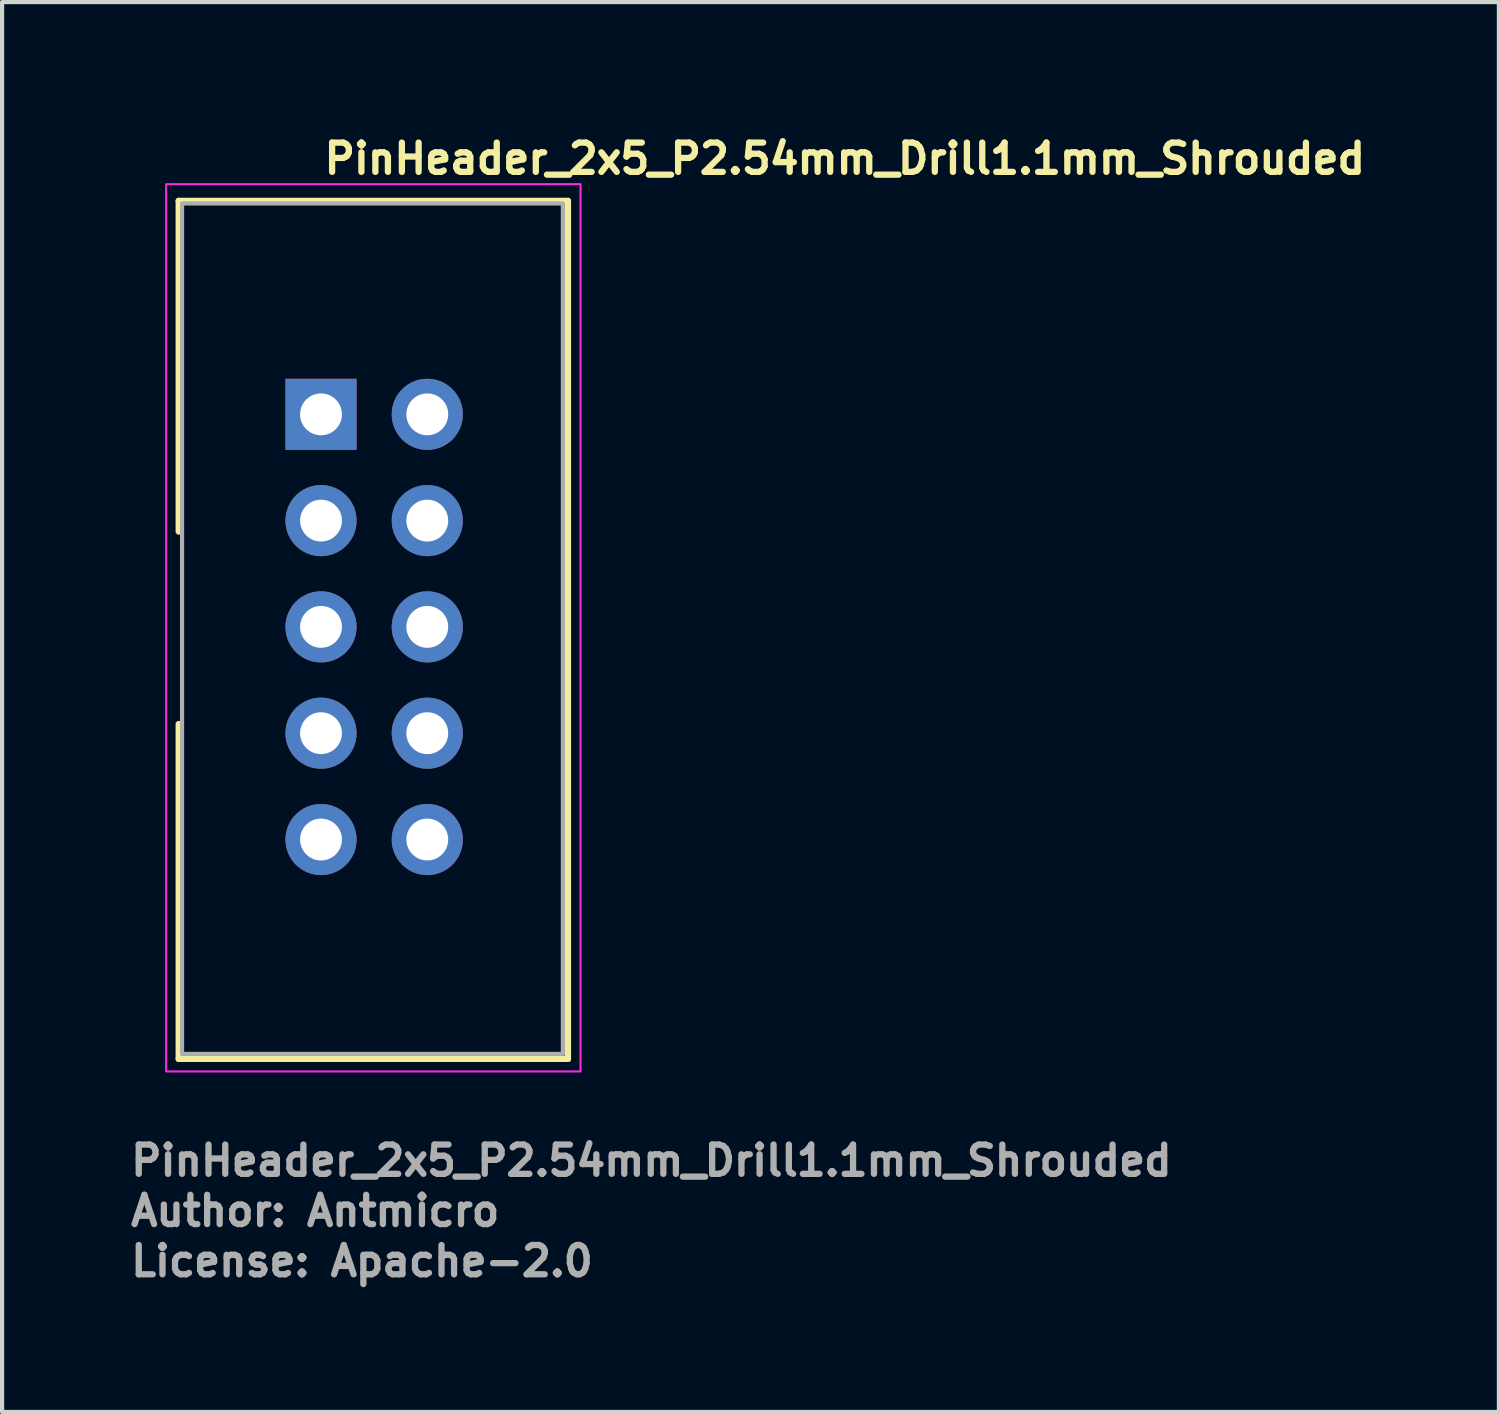
<source format=kicad_pcb>
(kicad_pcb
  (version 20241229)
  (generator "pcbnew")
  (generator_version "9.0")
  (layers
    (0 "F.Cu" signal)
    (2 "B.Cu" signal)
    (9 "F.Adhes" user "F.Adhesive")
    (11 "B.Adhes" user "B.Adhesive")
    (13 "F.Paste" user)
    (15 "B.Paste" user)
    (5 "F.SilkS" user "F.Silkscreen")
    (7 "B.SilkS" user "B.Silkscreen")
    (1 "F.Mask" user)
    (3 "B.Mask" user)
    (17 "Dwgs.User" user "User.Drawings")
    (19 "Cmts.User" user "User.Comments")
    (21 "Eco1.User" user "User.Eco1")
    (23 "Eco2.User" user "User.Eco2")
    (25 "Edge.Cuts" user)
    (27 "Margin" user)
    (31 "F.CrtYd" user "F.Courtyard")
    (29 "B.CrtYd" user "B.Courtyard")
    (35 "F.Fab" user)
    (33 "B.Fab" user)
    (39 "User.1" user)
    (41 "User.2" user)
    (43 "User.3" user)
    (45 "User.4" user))
  (footprint "PinHeader_2x5_P2.54mm_Drill1.1mm_Shrouded"
    (layer "F.Cu")
    (at 4.62 6.85)
    (property "Reference" "PinHeader_2x5_P2.54mm_Drill1.1mm_Shrouded" (at 0 -5.7 0) (layer "F.SilkS") (effects (font (size 0.7 0.7) (thickness 0.15)) (justify left bottom)))
    (attr through_hole)
    (fp_line (start -3.4 -5.1) (end -3.4 2.8) (stroke (width 0.15) (type solid)) (layer "F.SilkS"))
    (fp_line (start -3.4 -5.1) (end 5.9 -5.1) (stroke (width 0.15) (type solid)) (layer "F.SilkS"))
    (fp_line (start -3.4 15.4) (end -3.4 7.4) (stroke (width 0.15) (type solid)) (layer "F.SilkS"))
    (fp_line (start 5.9 -5.1) (end 5.9 15.4) (stroke (width 0.15) (type solid)) (layer "F.SilkS"))
    (fp_line (start 5.9 15.4) (end -3.4 15.4) (stroke (width 0.15) (type solid)) (layer "F.SilkS"))
    (fp_rect (start -3.7 -5.5) (end 6.2 15.7) (stroke (width 0.05) (type solid)) (fill no) (layer "F.CrtYd"))
    (fp_rect (start 5.779 15.28) (end -3.32 -5.04) (stroke (width 0.1) (type solid)) (fill no) (layer "F.Fab"))
    (fp_rect (start 5.779 15.28) (end -3.32 -5.04) (stroke (width 0.1) (type solid)) (fill no) (layer "User.5"))
    (fp_line (start -3.32 -5.04) (end -3.32 2.87) (stroke (width 0.02) (type solid)) (layer "User.9"))
    (fp_line (start -3.32 2.87) (end -3.32 7.37) (stroke (width 0.02) (type solid)) (layer "User.9"))
    (fp_line (start -3.32 7.37) (end -3.32 15.28) (stroke (width 0.02) (type solid)) (layer "User.9"))
    (fp_line (start -3.32 15.28) (end 5.68 15.28) (stroke (width 0.02) (type solid)) (layer "User.9"))
    (fp_line (start -2.57 -4.339) (end -1.97 -3.74) (stroke (width 0.02) (type solid)) (layer "User.9"))
    (fp_line (start -2.57 -4.339) (end 5.029 -4.339) (stroke (width 0.02) (type solid)) (layer "User.9"))
    (fp_line (start -2.57 2.87) (end -3.32 2.87) (stroke (width 0.02) (type solid)) (layer "User.9"))
    (fp_line (start -2.57 2.87) (end -2.57 -4.339) (stroke (width 0.02) (type solid)) (layer "User.9"))
    (fp_line (start -2.57 7.37) (end -3.32 7.37) (stroke (width 0.02) (type solid)) (layer "User.9"))
    (fp_line (start -2.57 7.37) (end -1.97 7.37) (stroke (width 0.02) (type solid)) (layer "User.9"))
    (fp_line (start -2.57 14.58) (end -2.57 7.37) (stroke (width 0.02) (type solid)) (layer "User.9"))
    (fp_line (start -2.57 14.58) (end -1.97 13.979) (stroke (width 0.02) (type solid)) (layer "User.9"))
    (fp_line (start -1.97 -3.74) (end -1.97 2.87) (stroke (width 0.02) (type solid)) (layer "User.9"))
    (fp_line (start -1.97 2.87) (end -2.57 2.87) (stroke (width 0.02) (type solid)) (layer "User.9"))
    (fp_line (start -1.97 7.37) (end -1.97 13.979) (stroke (width 0.02) (type solid)) (layer "User.9"))
    (fp_line (start -1.97 13.979) (end 4.43 13.979) (stroke (width 0.02) (type solid)) (layer "User.9"))
    (fp_line (start -0.36 -0.28) (end -0.16 -0.08) (stroke (width 0.02) (type solid)) (layer "User.9"))
    (fp_line (start -0.36 -0.28) (end 0.28 -0.28) (stroke (width 0.02) (type solid)) (layer "User.9"))
    (fp_line (start -0.36 0.36) (end -0.36 -0.28) (stroke (width 0.02) (type solid)) (layer "User.9"))
    (fp_line (start -0.36 2.26) (end -0.16 2.46) (stroke (width 0.02) (type solid)) (layer "User.9"))
    (fp_line (start -0.36 2.26) (end 0.28 2.26) (stroke (width 0.02) (type solid)) (layer "User.9"))
    (fp_line (start -0.36 2.9) (end -0.36 2.26) (stroke (width 0.02) (type solid)) (layer "User.9"))
    (fp_line (start -0.36 4.8) (end 0.28 4.8) (stroke (width 0.02) (type solid)) (layer "User.9"))
    (fp_line (start -0.36 5.44) (end -0.36 4.8) (stroke (width 0.02) (type solid)) (layer "User.9"))
    (fp_line (start -0.36 5.44) (end -0.16 5.24) (stroke (width 0.02) (type solid)) (layer "User.9"))
    (fp_line (start -0.36 7.34) (end 0.28 7.34) (stroke (width 0.02) (type solid)) (layer "User.9"))
    (fp_line (start -0.36 7.98) (end -0.36 7.34) (stroke (width 0.02) (type solid)) (layer "User.9"))
    (fp_line (start -0.36 7.98) (end -0.16 7.78) (stroke (width 0.02) (type solid)) (layer "User.9"))
    (fp_line (start -0.36 9.88) (end 0.28 9.88) (stroke (width 0.02) (type solid)) (layer "User.9"))
    (fp_line (start -0.36 10.52) (end -0.36 9.88) (stroke (width 0.02) (type solid)) (layer "User.9"))
    (fp_line (start -0.36 10.52) (end -0.16 10.32) (stroke (width 0.02) (type solid)) (layer "User.9"))
    (fp_line (start -0.16 -0.08) (end -0.16 0.161) (stroke (width 0.02) (type solid)) (layer "User.9"))
    (fp_line (start -0.16 0.161) (end -0.36 0.36) (stroke (width 0.02) (type solid)) (layer "User.9"))
    (fp_line (start -0.16 0.161) (end 0.08 0.161) (stroke (width 0.02) (type solid)) (layer "User.9"))
    (fp_line (start -0.16 2.46) (end -0.16 2.7) (stroke (width 0.02) (type solid)) (layer "User.9"))
    (fp_line (start -0.16 2.7) (end -0.36 2.9) (stroke (width 0.02) (type solid)) (layer "User.9"))
    (fp_line (start -0.16 2.7) (end 0.08 2.7) (stroke (width 0.02) (type solid)) (layer "User.9"))
    (fp_line (start -0.16 5) (end -0.36 4.8) (stroke (width 0.02) (type solid)) (layer "User.9"))
    (fp_line (start -0.16 5) (end -0.16 5.24) (stroke (width 0.02) (type solid)) (layer "User.9"))
    (fp_line (start -0.16 5.24) (end 0.08 5.24) (stroke (width 0.02) (type solid)) (layer "User.9"))
    (fp_line (start -0.16 7.54) (end -0.36 7.34) (stroke (width 0.02) (type solid)) (layer "User.9"))
    (fp_line (start -0.16 7.54) (end -0.16 7.78) (stroke (width 0.02) (type solid)) (layer "User.9"))
    (fp_line (start -0.16 7.78) (end 0.08 7.78) (stroke (width 0.02) (type solid)) (layer "User.9"))
    (fp_line (start -0.16 10.08) (end -0.36 9.88) (stroke (width 0.02) (type solid)) (layer "User.9"))
    (fp_line (start -0.16 10.08) (end -0.16 10.32) (stroke (width 0.02) (type solid)) (layer "User.9"))
    (fp_line (start -0.16 10.32) (end 0.08 10.32) (stroke (width 0.02) (type solid)) (layer "User.9"))
    (fp_line (start 0.08 -0.08) (end -0.16 -0.08) (stroke (width 0.02) (type solid)) (layer "User.9"))
    (fp_line (start 0.08 0.161) (end 0.08 -0.08) (stroke (width 0.02) (type solid)) (layer "User.9"))
    (fp_line (start 0.08 0.161) (end 0.28 0.36) (stroke (width 0.02) (type solid)) (layer "User.9"))
    (fp_line (start 0.08 2.46) (end -0.16 2.46) (stroke (width 0.02) (type solid)) (layer "User.9"))
    (fp_line (start 0.08 2.7) (end 0.08 2.46) (stroke (width 0.02) (type solid)) (layer "User.9"))
    (fp_line (start 0.08 2.7) (end 0.28 2.9) (stroke (width 0.02) (type solid)) (layer "User.9"))
    (fp_line (start 0.08 5) (end -0.16 5) (stroke (width 0.02) (type solid)) (layer "User.9"))
    (fp_line (start 0.08 5) (end 0.28 4.8) (stroke (width 0.02) (type solid)) (layer "User.9"))
    (fp_line (start 0.08 5.24) (end 0.08 5) (stroke (width 0.02) (type solid)) (layer "User.9"))
    (fp_line (start 0.08 7.54) (end -0.16 7.54) (stroke (width 0.02) (type solid)) (layer "User.9"))
    (fp_line (start 0.08 7.54) (end 0.28 7.34) (stroke (width 0.02) (type solid)) (layer "User.9"))
    (fp_line (start 0.08 7.78) (end 0.08 7.54) (stroke (width 0.02) (type solid)) (layer "User.9"))
    (fp_line (start 0.08 10.08) (end -0.16 10.08) (stroke (width 0.02) (type solid)) (layer "User.9"))
    (fp_line (start 0.08 10.08) (end 0.28 9.88) (stroke (width 0.02) (type solid)) (layer "User.9"))
    (fp_line (start 0.08 10.32) (end 0.08 10.08) (stroke (width 0.02) (type solid)) (layer "User.9"))
    (fp_line (start 0.28 -0.28) (end 0.08 -0.08) (stroke (width 0.02) (type solid)) (layer "User.9"))
    (fp_line (start 0.28 -0.28) (end 0.28 0.36) (stroke (width 0.02) (type solid)) (layer "User.9"))
    (fp_line (start 0.28 0.36) (end -0.36 0.36) (stroke (width 0.02) (type solid)) (layer "User.9"))
    (fp_line (start 0.28 2.26) (end 0.08 2.46) (stroke (width 0.02) (type solid)) (layer "User.9"))
    (fp_line (start 0.28 2.26) (end 0.28 2.9) (stroke (width 0.02) (type solid)) (layer "User.9"))
    (fp_line (start 0.28 2.9) (end -0.36 2.9) (stroke (width 0.02) (type solid)) (layer "User.9"))
    (fp_line (start 0.28 4.8) (end 0.28 5.44) (stroke (width 0.02) (type solid)) (layer "User.9"))
    (fp_line (start 0.28 5.44) (end -0.36 5.44) (stroke (width 0.02) (type solid)) (layer "User.9"))
    (fp_line (start 0.28 5.44) (end 0.08 5.24) (stroke (width 0.02) (type solid)) (layer "User.9"))
    (fp_line (start 0.28 7.34) (end 0.28 7.98) (stroke (width 0.02) (type solid)) (layer "User.9"))
    (fp_line (start 0.28 7.98) (end -0.36 7.98) (stroke (width 0.02) (type solid)) (layer "User.9"))
    (fp_line (start 0.28 7.98) (end 0.08 7.78) (stroke (width 0.02) (type solid)) (layer "User.9"))
    (fp_line (start 0.28 9.88) (end 0.28 10.52) (stroke (width 0.02) (type solid)) (layer "User.9"))
    (fp_line (start 0.28 10.52) (end -0.36 10.52) (stroke (width 0.02) (type solid)) (layer "User.9"))
    (fp_line (start 0.28 10.52) (end 0.08 10.32) (stroke (width 0.02) (type solid)) (layer "User.9"))
    (fp_line (start 2.18 -0.28) (end 2.38 -0.08) (stroke (width 0.02) (type solid)) (layer "User.9"))
    (fp_line (start 2.18 -0.28) (end 2.82 -0.28) (stroke (width 0.02) (type solid)) (layer "User.9"))
    (fp_line (start 2.18 0.36) (end 2.18 -0.28) (stroke (width 0.02) (type solid)) (layer "User.9"))
    (fp_line (start 2.18 0.36) (end 2.38 0.161) (stroke (width 0.02) (type solid)) (layer "User.9"))
    (fp_line (start 2.18 2.26) (end 2.38 2.46) (stroke (width 0.02) (type solid)) (layer "User.9"))
    (fp_line (start 2.18 2.26) (end 2.82 2.26) (stroke (width 0.02) (type solid)) (layer "User.9"))
    (fp_line (start 2.18 2.9) (end 2.18 2.26) (stroke (width 0.02) (type solid)) (layer "User.9"))
    (fp_line (start 2.18 4.8) (end 2.82 4.8) (stroke (width 0.02) (type solid)) (layer "User.9"))
    (fp_line (start 2.18 5.44) (end 2.18 4.8) (stroke (width 0.02) (type solid)) (layer "User.9"))
    (fp_line (start 2.18 5.44) (end 2.38 5.24) (stroke (width 0.02) (type solid)) (layer "User.9"))
    (fp_line (start 2.18 7.34) (end 2.82 7.34) (stroke (width 0.02) (type solid)) (layer "User.9"))
    (fp_line (start 2.18 7.98) (end 2.18 7.34) (stroke (width 0.02) (type solid)) (layer "User.9"))
    (fp_line (start 2.18 7.98) (end 2.38 7.78) (stroke (width 0.02) (type solid)) (layer "User.9"))
    (fp_line (start 2.18 9.88) (end 2.82 9.88) (stroke (width 0.02) (type solid)) (layer "User.9"))
    (fp_line (start 2.18 10.52) (end 2.18 9.88) (stroke (width 0.02) (type solid)) (layer "User.9"))
    (fp_line (start 2.18 10.52) (end 2.38 10.32) (stroke (width 0.02) (type solid)) (layer "User.9"))
    (fp_line (start 2.38 -0.08) (end 2.38 0.161) (stroke (width 0.02) (type solid)) (layer "User.9"))
    (fp_line (start 2.38 0.161) (end 2.62 0.161) (stroke (width 0.02) (type solid)) (layer "User.9"))
    (fp_line (start 2.38 2.46) (end 2.38 2.7) (stroke (width 0.02) (type solid)) (layer "User.9"))
    (fp_line (start 2.38 2.7) (end 2.18 2.9) (stroke (width 0.02) (type solid)) (layer "User.9"))
    (fp_line (start 2.38 2.7) (end 2.62 2.7) (stroke (width 0.02) (type solid)) (layer "User.9"))
    (fp_line (start 2.38 5) (end 2.18 4.8) (stroke (width 0.02) (type solid)) (layer "User.9"))
    (fp_line (start 2.38 5) (end 2.38 5.24) (stroke (width 0.02) (type solid)) (layer "User.9"))
    (fp_line (start 2.38 5.24) (end 2.62 5.24) (stroke (width 0.02) (type solid)) (layer "User.9"))
    (fp_line (start 2.38 7.54) (end 2.18 7.34) (stroke (width 0.02) (type solid)) (layer "User.9"))
    (fp_line (start 2.38 7.54) (end 2.38 7.78) (stroke (width 0.02) (type solid)) (layer "User.9"))
    (fp_line (start 2.38 7.78) (end 2.62 7.78) (stroke (width 0.02) (type solid)) (layer "User.9"))
    (fp_line (start 2.38 10.08) (end 2.18 9.88) (stroke (width 0.02) (type solid)) (layer "User.9"))
    (fp_line (start 2.38 10.08) (end 2.38 10.32) (stroke (width 0.02) (type solid)) (layer "User.9"))
    (fp_line (start 2.38 10.32) (end 2.62 10.32) (stroke (width 0.02) (type solid)) (layer "User.9"))
    (fp_line (start 2.62 -0.08) (end 2.38 -0.08) (stroke (width 0.02) (type solid)) (layer "User.9"))
    (fp_line (start 2.62 -0.08) (end 2.82 -0.28) (stroke (width 0.02) (type solid)) (layer "User.9"))
    (fp_line (start 2.62 0.161) (end 2.62 -0.08) (stroke (width 0.02) (type solid)) (layer "User.9"))
    (fp_line (start 2.62 0.161) (end 2.82 0.36) (stroke (width 0.02) (type solid)) (layer "User.9"))
    (fp_line (start 2.62 2.46) (end 2.38 2.46) (stroke (width 0.02) (type solid)) (layer "User.9"))
    (fp_line (start 2.62 2.7) (end 2.62 2.46) (stroke (width 0.02) (type solid)) (layer "User.9"))
    (fp_line (start 2.62 2.7) (end 2.82 2.9) (stroke (width 0.02) (type solid)) (layer "User.9"))
    (fp_line (start 2.62 5) (end 2.38 5) (stroke (width 0.02) (type solid)) (layer "User.9"))
    (fp_line (start 2.62 5) (end 2.82 4.8) (stroke (width 0.02) (type solid)) (layer "User.9"))
    (fp_line (start 2.62 5.24) (end 2.62 5) (stroke (width 0.02) (type solid)) (layer "User.9"))
    (fp_line (start 2.62 7.54) (end 2.38 7.54) (stroke (width 0.02) (type solid)) (layer "User.9"))
    (fp_line (start 2.62 7.54) (end 2.82 7.34) (stroke (width 0.02) (type solid)) (layer "User.9"))
    (fp_line (start 2.62 7.78) (end 2.62 7.54) (stroke (width 0.02) (type solid)) (layer "User.9"))
    (fp_line (start 2.62 10.08) (end 2.38 10.08) (stroke (width 0.02) (type solid)) (layer "User.9"))
    (fp_line (start 2.62 10.08) (end 2.82 9.88) (stroke (width 0.02) (type solid)) (layer "User.9"))
    (fp_line (start 2.62 10.32) (end 2.62 10.08) (stroke (width 0.02) (type solid)) (layer "User.9"))
    (fp_line (start 2.82 -0.28) (end 2.82 0.36) (stroke (width 0.02) (type solid)) (layer "User.9"))
    (fp_line (start 2.82 0.36) (end 2.18 0.36) (stroke (width 0.02) (type solid)) (layer "User.9"))
    (fp_line (start 2.82 2.26) (end 2.62 2.46) (stroke (width 0.02) (type solid)) (layer "User.9"))
    (fp_line (start 2.82 2.26) (end 2.82 2.9) (stroke (width 0.02) (type solid)) (layer "User.9"))
    (fp_line (start 2.82 2.9) (end 2.18 2.9) (stroke (width 0.02) (type solid)) (layer "User.9"))
    (fp_line (start 2.82 4.8) (end 2.82 5.44) (stroke (width 0.02) (type solid)) (layer "User.9"))
    (fp_line (start 2.82 5.44) (end 2.18 5.44) (stroke (width 0.02) (type solid)) (layer "User.9"))
    (fp_line (start 2.82 5.44) (end 2.62 5.24) (stroke (width 0.02) (type solid)) (layer "User.9"))
    (fp_line (start 2.82 7.34) (end 2.82 7.98) (stroke (width 0.02) (type solid)) (layer "User.9"))
    (fp_line (start 2.82 7.98) (end 2.18 7.98) (stroke (width 0.02) (type solid)) (layer "User.9"))
    (fp_line (start 2.82 7.98) (end 2.62 7.78) (stroke (width 0.02) (type solid)) (layer "User.9"))
    (fp_line (start 2.82 9.88) (end 2.82 10.52) (stroke (width 0.02) (type solid)) (layer "User.9"))
    (fp_line (start 2.82 10.52) (end 2.18 10.52) (stroke (width 0.02) (type solid)) (layer "User.9"))
    (fp_line (start 2.82 10.52) (end 2.62 10.32) (stroke (width 0.02) (type solid)) (layer "User.9"))
    (fp_line (start 4.43 -3.74) (end -1.97 -3.74) (stroke (width 0.02) (type solid)) (layer "User.9"))
    (fp_line (start 4.43 13.979) (end 4.43 -3.74) (stroke (width 0.02) (type solid)) (layer "User.9"))
    (fp_line (start 5.029 -4.339) (end 4.43 -3.74) (stroke (width 0.02) (type solid)) (layer "User.9"))
    (fp_line (start 5.029 -4.339) (end 5.029 14.58) (stroke (width 0.02) (type solid)) (layer "User.9"))
    (fp_line (start 5.029 14.58) (end -2.57 14.58) (stroke (width 0.02) (type solid)) (layer "User.9"))
    (fp_line (start 5.029 14.58) (end 4.43 13.979) (stroke (width 0.02) (type solid)) (layer "User.9"))
    (fp_line (start 5.68 -5.04) (end -3.32 -5.04) (stroke (width 0.02) (type solid)) (layer "User.9"))
    (fp_line (start 5.68 -5.04) (end 5.68 -3.03) (stroke (width 0.02) (type solid)) (layer "User.9"))
    (fp_line (start 5.68 -3.03) (end 5.779 -3.03) (stroke (width 0.02) (type solid)) (layer "User.9"))
    (fp_line (start 5.68 -2.73) (end 5.68 4.97) (stroke (width 0.02) (type solid)) (layer "User.9"))
    (fp_line (start 5.68 4.97) (end 5.779 4.97) (stroke (width 0.02) (type solid)) (layer "User.9"))
    (fp_line (start 5.68 5.27) (end 5.68 12.97) (stroke (width 0.02) (type solid)) (layer "User.9"))
    (fp_line (start 5.68 12.97) (end 5.779 12.97) (stroke (width 0.02) (type solid)) (layer "User.9"))
    (fp_line (start 5.68 13.27) (end 5.68 15.28) (stroke (width 0.02) (type solid)) (layer "User.9"))
    (fp_line (start 5.779 -2.73) (end 5.68 -2.73) (stroke (width 0.02) (type solid)) (layer "User.9"))
    (fp_line (start 5.779 -2.73) (end 5.779 -3.03) (stroke (width 0.02) (type solid)) (layer "User.9"))
    (fp_line (start 5.779 5.27) (end 5.68 5.27) (stroke (width 0.02) (type solid)) (layer "User.9"))
    (fp_line (start 5.779 5.27) (end 5.779 4.97) (stroke (width 0.02) (type solid)) (layer "User.9"))
    (fp_line (start 5.779 13.27) (end 5.68 13.27) (stroke (width 0.02) (type solid)) (layer "User.9"))
    (fp_line (start 5.779 13.27) (end 5.779 12.97) (stroke (width 0.02) (type solid)) (layer "User.9"))
    (fp_text user "Author: Antmicro" (at -4.62 19.44 0) (layer "F.Fab") (effects (font (size 0.7 0.7) (thickness 0.15)) (justify left bottom)))
    (fp_text user "License: Apache-2.0" (at -4.62 20.64 0) (layer "F.Fab") (effects (font (size 0.7 0.7) (thickness 0.15)) (justify left bottom)))
    (fp_text user "${REFERENCE}" (at -4.62 18.24 0) (layer "F.Fab") (effects (font (size 0.7 0.7) (thickness 0.15)) (justify left bottom)))
    (pad "1" thru_hole rect (at 0 0) (size 1.7 1.7) (drill 1) (layers "*.Cu" "*.Mask"))
    (pad "2" thru_hole oval (at 2.539 0) (size 1.7 1.7) (drill 1) (layers "*.Cu" "*.Mask"))
    (pad "3" thru_hole oval (at 0 2.539) (size 1.7 1.7) (drill 1) (layers "*.Cu" "*.Mask"))
    (pad "4" thru_hole oval (at 2.539 2.539) (size 1.7 1.7) (drill 1) (layers "*.Cu" "*.Mask"))
    (pad "5" thru_hole oval (at 0 5.078) (size 1.7 1.7) (drill 1) (layers "*.Cu" "*.Mask"))
    (pad "6" thru_hole oval (at 2.539 5.078) (size 1.7 1.7) (drill 1) (layers "*.Cu" "*.Mask"))
    (pad "7" thru_hole oval (at 0 7.618) (size 1.7 1.7) (drill 1) (layers "*.Cu" "*.Mask"))
    (pad "8" thru_hole oval (at 2.539 7.618) (size 1.7 1.7) (drill 1) (layers "*.Cu" "*.Mask"))
    (pad "9" thru_hole oval (at 0 10.159) (size 1.7 1.7) (drill 1) (layers "*.Cu" "*.Mask"))
    (pad "10" thru_hole oval (at 2.539 10.159) (size 1.7 1.7) (drill 1) (layers "*.Cu" "*.Mask")))
  (gr_rect
    (start -3 -3)
    (end 32.763 30.686)
    (stroke (width 0.1) (type default))
    (fill no)
    (layer "Edge.Cuts")))
</source>
